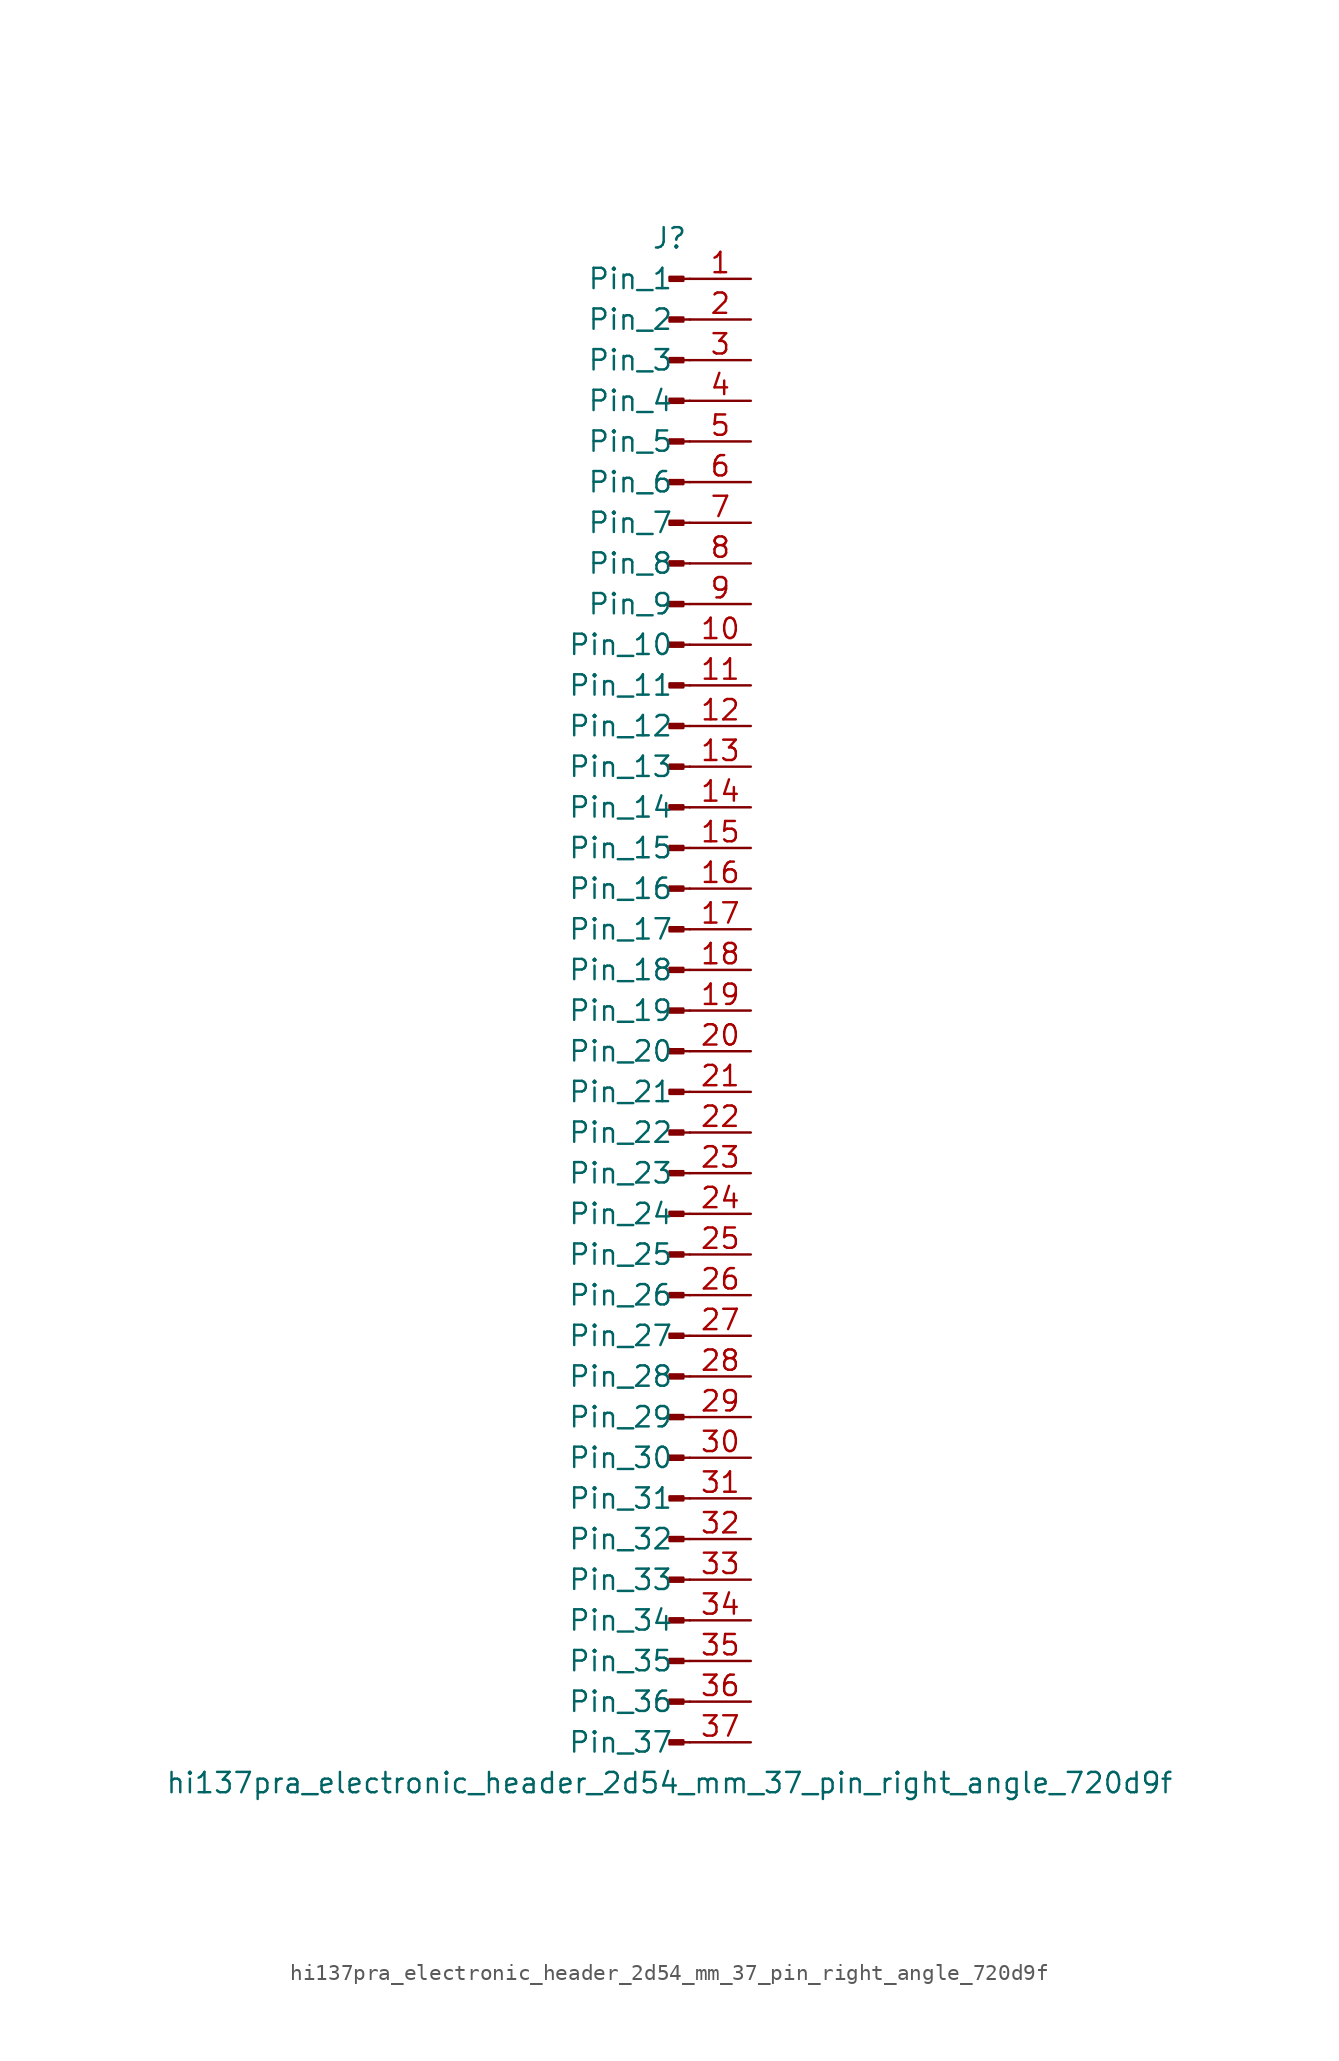
<source format=kicad_sym>
(kicad_symbol_lib
  (version 20220914)
  (generator kicad_symbol_editor)
  (symbol "hi137pra_electronic_header_2d54_mm_37_pin_right_angle_720d9f"
    (pin_names
      (offset 1.016))
    (property "Reference" "J"
      (at 0 48.26 0)
      (effects (font (size 1.27 1.27))))
    (property "Value" "hi137pra_electronic_header_2d54_mm_37_pin_right_angle_720d9f"
      (at 0 -48.26 0)
      (effects (font (size 1.27 1.27))))
    (property "ki_locked" ""
      (at 0 0 0)
      (effects (font (size 1.27 1.27))))
    (symbol "hi137pra_electronic_header_2d54_mm_37_pin_right_angle_720d9f_1_1"
      (polyline (pts (xy 1.27 -45.72) (xy 0.864 -45.72)) (stroke (width 0.152) (type default)) (fill (type none)))
      (polyline (pts (xy 1.27 -43.18) (xy 0.864 -43.18)) (stroke (width 0.152) (type default)) (fill (type none)))
      (polyline (pts (xy 1.27 -40.64) (xy 0.864 -40.64)) (stroke (width 0.152) (type default)) (fill (type none)))
      (polyline (pts (xy 1.27 -38.1) (xy 0.864 -38.1)) (stroke (width 0.152) (type default)) (fill (type none)))
      (polyline (pts (xy 1.27 -35.56) (xy 0.864 -35.56)) (stroke (width 0.152) (type default)) (fill (type none)))
      (polyline (pts (xy 1.27 -33.02) (xy 0.864 -33.02)) (stroke (width 0.152) (type default)) (fill (type none)))
      (polyline (pts (xy 1.27 -30.48) (xy 0.864 -30.48)) (stroke (width 0.152) (type default)) (fill (type none)))
      (polyline (pts (xy 1.27 -27.94) (xy 0.864 -27.94)) (stroke (width 0.152) (type default)) (fill (type none)))
      (polyline (pts (xy 1.27 -25.4) (xy 0.864 -25.4)) (stroke (width 0.152) (type default)) (fill (type none)))
      (polyline (pts (xy 1.27 -22.86) (xy 0.864 -22.86)) (stroke (width 0.152) (type default)) (fill (type none)))
      (polyline (pts (xy 1.27 -20.32) (xy 0.864 -20.32)) (stroke (width 0.152) (type default)) (fill (type none)))
      (polyline (pts (xy 1.27 -17.78) (xy 0.864 -17.78)) (stroke (width 0.152) (type default)) (fill (type none)))
      (polyline (pts (xy 1.27 -15.24) (xy 0.864 -15.24)) (stroke (width 0.152) (type default)) (fill (type none)))
      (polyline (pts (xy 1.27 -12.7) (xy 0.864 -12.7)) (stroke (width 0.152) (type default)) (fill (type none)))
      (polyline (pts (xy 1.27 -10.16) (xy 0.864 -10.16)) (stroke (width 0.152) (type default)) (fill (type none)))
      (polyline (pts (xy 1.27 -7.62) (xy 0.864 -7.62)) (stroke (width 0.152) (type default)) (fill (type none)))
      (polyline (pts (xy 1.27 -5.08) (xy 0.864 -5.08)) (stroke (width 0.152) (type default)) (fill (type none)))
      (polyline (pts (xy 1.27 -2.54) (xy 0.864 -2.54)) (stroke (width 0.152) (type default)) (fill (type none)))
      (polyline (pts (xy 1.27 0) (xy 0.864 0)) (stroke (width 0.152) (type default)) (fill (type none)))
      (polyline (pts (xy 1.27 2.54) (xy 0.864 2.54)) (stroke (width 0.152) (type default)) (fill (type none)))
      (polyline (pts (xy 1.27 5.08) (xy 0.864 5.08)) (stroke (width 0.152) (type default)) (fill (type none)))
      (polyline (pts (xy 1.27 7.62) (xy 0.864 7.62)) (stroke (width 0.152) (type default)) (fill (type none)))
      (polyline (pts (xy 1.27 10.16) (xy 0.864 10.16)) (stroke (width 0.152) (type default)) (fill (type none)))
      (polyline (pts (xy 1.27 12.7) (xy 0.864 12.7)) (stroke (width 0.152) (type default)) (fill (type none)))
      (polyline (pts (xy 1.27 15.24) (xy 0.864 15.24)) (stroke (width 0.152) (type default)) (fill (type none)))
      (polyline (pts (xy 1.27 17.78) (xy 0.864 17.78)) (stroke (width 0.152) (type default)) (fill (type none)))
      (polyline (pts (xy 1.27 20.32) (xy 0.864 20.32)) (stroke (width 0.152) (type default)) (fill (type none)))
      (polyline (pts (xy 1.27 22.86) (xy 0.864 22.86)) (stroke (width 0.152) (type default)) (fill (type none)))
      (polyline (pts (xy 1.27 25.4) (xy 0.864 25.4)) (stroke (width 0.152) (type default)) (fill (type none)))
      (polyline (pts (xy 1.27 27.94) (xy 0.864 27.94)) (stroke (width 0.152) (type default)) (fill (type none)))
      (polyline (pts (xy 1.27 30.48) (xy 0.864 30.48)) (stroke (width 0.152) (type default)) (fill (type none)))
      (polyline (pts (xy 1.27 33.02) (xy 0.864 33.02)) (stroke (width 0.152) (type default)) (fill (type none)))
      (polyline (pts (xy 1.27 35.56) (xy 0.864 35.56)) (stroke (width 0.152) (type default)) (fill (type none)))
      (polyline (pts (xy 1.27 38.1) (xy 0.864 38.1)) (stroke (width 0.152) (type default)) (fill (type none)))
      (polyline (pts (xy 1.27 40.64) (xy 0.864 40.64)) (stroke (width 0.152) (type default)) (fill (type none)))
      (polyline (pts (xy 1.27 43.18) (xy 0.864 43.18)) (stroke (width 0.152) (type default)) (fill (type none)))
      (polyline (pts (xy 1.27 45.72) (xy 0.864 45.72)) (stroke (width 0.152) (type default)) (fill (type none)))
      (rectangle (start 0.864 -45.593) (end 0 -45.847) (stroke (width 0.152) (type default)) (fill (type outline)))
      (rectangle (start 0.864 -43.053) (end 0 -43.307) (stroke (width 0.152) (type default)) (fill (type outline)))
      (rectangle (start 0.864 -40.513) (end 0 -40.767) (stroke (width 0.152) (type default)) (fill (type outline)))
      (rectangle (start 0.864 -37.973) (end 0 -38.227) (stroke (width 0.152) (type default)) (fill (type outline)))
      (rectangle (start 0.864 -35.433) (end 0 -35.687) (stroke (width 0.152) (type default)) (fill (type outline)))
      (rectangle (start 0.864 -32.893) (end 0 -33.147) (stroke (width 0.152) (type default)) (fill (type outline)))
      (rectangle (start 0.864 -30.353) (end 0 -30.607) (stroke (width 0.152) (type default)) (fill (type outline)))
      (rectangle (start 0.864 -27.813) (end 0 -28.067) (stroke (width 0.152) (type default)) (fill (type outline)))
      (rectangle (start 0.864 -25.273) (end 0 -25.527) (stroke (width 0.152) (type default)) (fill (type outline)))
      (rectangle (start 0.864 -22.733) (end 0 -22.987) (stroke (width 0.152) (type default)) (fill (type outline)))
      (rectangle (start 0.864 -20.193) (end 0 -20.447) (stroke (width 0.152) (type default)) (fill (type outline)))
      (rectangle (start 0.864 -17.653) (end 0 -17.907) (stroke (width 0.152) (type default)) (fill (type outline)))
      (rectangle (start 0.864 -15.113) (end 0 -15.367) (stroke (width 0.152) (type default)) (fill (type outline)))
      (rectangle (start 0.864 -12.573) (end 0 -12.827) (stroke (width 0.152) (type default)) (fill (type outline)))
      (rectangle (start 0.864 -10.033) (end 0 -10.287) (stroke (width 0.152) (type default)) (fill (type outline)))
      (rectangle (start 0.864 -7.493) (end 0 -7.747) (stroke (width 0.152) (type default)) (fill (type outline)))
      (rectangle (start 0.864 -4.953) (end 0 -5.207) (stroke (width 0.152) (type default)) (fill (type outline)))
      (rectangle (start 0.864 -2.413) (end 0 -2.667) (stroke (width 0.152) (type default)) (fill (type outline)))
      (rectangle (start 0.864 0.127) (end 0 -0.127) (stroke (width 0.152) (type default)) (fill (type outline)))
      (rectangle (start 0.864 2.667) (end 0 2.413) (stroke (width 0.152) (type default)) (fill (type outline)))
      (rectangle (start 0.864 5.207) (end 0 4.953) (stroke (width 0.152) (type default)) (fill (type outline)))
      (rectangle (start 0.864 7.747) (end 0 7.493) (stroke (width 0.152) (type default)) (fill (type outline)))
      (rectangle (start 0.864 10.287) (end 0 10.033) (stroke (width 0.152) (type default)) (fill (type outline)))
      (rectangle (start 0.864 12.827) (end 0 12.573) (stroke (width 0.152) (type default)) (fill (type outline)))
      (rectangle (start 0.864 15.367) (end 0 15.113) (stroke (width 0.152) (type default)) (fill (type outline)))
      (rectangle (start 0.864 17.907) (end 0 17.653) (stroke (width 0.152) (type default)) (fill (type outline)))
      (rectangle (start 0.864 20.447) (end 0 20.193) (stroke (width 0.152) (type default)) (fill (type outline)))
      (rectangle (start 0.864 22.987) (end 0 22.733) (stroke (width 0.152) (type default)) (fill (type outline)))
      (rectangle (start 0.864 25.527) (end 0 25.273) (stroke (width 0.152) (type default)) (fill (type outline)))
      (rectangle (start 0.864 28.067) (end 0 27.813) (stroke (width 0.152) (type default)) (fill (type outline)))
      (rectangle (start 0.864 30.607) (end 0 30.353) (stroke (width 0.152) (type default)) (fill (type outline)))
      (rectangle (start 0.864 33.147) (end 0 32.893) (stroke (width 0.152) (type default)) (fill (type outline)))
      (rectangle (start 0.864 35.687) (end 0 35.433) (stroke (width 0.152) (type default)) (fill (type outline)))
      (rectangle (start 0.864 38.227) (end 0 37.973) (stroke (width 0.152) (type default)) (fill (type outline)))
      (rectangle (start 0.864 40.767) (end 0 40.513) (stroke (width 0.152) (type default)) (fill (type outline)))
      (rectangle (start 0.864 43.307) (end 0 43.053) (stroke (width 0.152) (type default)) (fill (type outline)))
      (rectangle (start 0.864 45.847) (end 0 45.593) (stroke (width 0.152) (type default)) (fill (type outline)))
      (pin passive line (at 5.08 45.72 180) (length 3.81) (name "Pin_1" (effects (font (size 1.27 1.27)))) (number "1" (effects (font (size 1.27 1.27)))))
      (pin passive line (at 5.08 22.86 180) (length 3.81) (name "Pin_10" (effects (font (size 1.27 1.27)))) (number "10" (effects (font (size 1.27 1.27)))))
      (pin passive line (at 5.08 20.32 180) (length 3.81) (name "Pin_11" (effects (font (size 1.27 1.27)))) (number "11" (effects (font (size 1.27 1.27)))))
      (pin passive line (at 5.08 17.78 180) (length 3.81) (name "Pin_12" (effects (font (size 1.27 1.27)))) (number "12" (effects (font (size 1.27 1.27)))))
      (pin passive line (at 5.08 15.24 180) (length 3.81) (name "Pin_13" (effects (font (size 1.27 1.27)))) (number "13" (effects (font (size 1.27 1.27)))))
      (pin passive line (at 5.08 12.7 180) (length 3.81) (name "Pin_14" (effects (font (size 1.27 1.27)))) (number "14" (effects (font (size 1.27 1.27)))))
      (pin passive line (at 5.08 10.16 180) (length 3.81) (name "Pin_15" (effects (font (size 1.27 1.27)))) (number "15" (effects (font (size 1.27 1.27)))))
      (pin passive line (at 5.08 7.62 180) (length 3.81) (name "Pin_16" (effects (font (size 1.27 1.27)))) (number "16" (effects (font (size 1.27 1.27)))))
      (pin passive line (at 5.08 5.08 180) (length 3.81) (name "Pin_17" (effects (font (size 1.27 1.27)))) (number "17" (effects (font (size 1.27 1.27)))))
      (pin passive line (at 5.08 2.54 180) (length 3.81) (name "Pin_18" (effects (font (size 1.27 1.27)))) (number "18" (effects (font (size 1.27 1.27)))))
      (pin passive line (at 5.08 0 180) (length 3.81) (name "Pin_19" (effects (font (size 1.27 1.27)))) (number "19" (effects (font (size 1.27 1.27)))))
      (pin passive line (at 5.08 43.18 180) (length 3.81) (name "Pin_2" (effects (font (size 1.27 1.27)))) (number "2" (effects (font (size 1.27 1.27)))))
      (pin passive line (at 5.08 -2.54 180) (length 3.81) (name "Pin_20" (effects (font (size 1.27 1.27)))) (number "20" (effects (font (size 1.27 1.27)))))
      (pin passive line (at 5.08 -5.08 180) (length 3.81) (name "Pin_21" (effects (font (size 1.27 1.27)))) (number "21" (effects (font (size 1.27 1.27)))))
      (pin passive line (at 5.08 -7.62 180) (length 3.81) (name "Pin_22" (effects (font (size 1.27 1.27)))) (number "22" (effects (font (size 1.27 1.27)))))
      (pin passive line (at 5.08 -10.16 180) (length 3.81) (name "Pin_23" (effects (font (size 1.27 1.27)))) (number "23" (effects (font (size 1.27 1.27)))))
      (pin passive line (at 5.08 -12.7 180) (length 3.81) (name "Pin_24" (effects (font (size 1.27 1.27)))) (number "24" (effects (font (size 1.27 1.27)))))
      (pin passive line (at 5.08 -15.24 180) (length 3.81) (name "Pin_25" (effects (font (size 1.27 1.27)))) (number "25" (effects (font (size 1.27 1.27)))))
      (pin passive line (at 5.08 -17.78 180) (length 3.81) (name "Pin_26" (effects (font (size 1.27 1.27)))) (number "26" (effects (font (size 1.27 1.27)))))
      (pin passive line (at 5.08 -20.32 180) (length 3.81) (name "Pin_27" (effects (font (size 1.27 1.27)))) (number "27" (effects (font (size 1.27 1.27)))))
      (pin passive line (at 5.08 -22.86 180) (length 3.81) (name "Pin_28" (effects (font (size 1.27 1.27)))) (number "28" (effects (font (size 1.27 1.27)))))
      (pin passive line (at 5.08 -25.4 180) (length 3.81) (name "Pin_29" (effects (font (size 1.27 1.27)))) (number "29" (effects (font (size 1.27 1.27)))))
      (pin passive line (at 5.08 40.64 180) (length 3.81) (name "Pin_3" (effects (font (size 1.27 1.27)))) (number "3" (effects (font (size 1.27 1.27)))))
      (pin passive line (at 5.08 -27.94 180) (length 3.81) (name "Pin_30" (effects (font (size 1.27 1.27)))) (number "30" (effects (font (size 1.27 1.27)))))
      (pin passive line (at 5.08 -30.48 180) (length 3.81) (name "Pin_31" (effects (font (size 1.27 1.27)))) (number "31" (effects (font (size 1.27 1.27)))))
      (pin passive line (at 5.08 -33.02 180) (length 3.81) (name "Pin_32" (effects (font (size 1.27 1.27)))) (number "32" (effects (font (size 1.27 1.27)))))
      (pin passive line (at 5.08 -35.56 180) (length 3.81) (name "Pin_33" (effects (font (size 1.27 1.27)))) (number "33" (effects (font (size 1.27 1.27)))))
      (pin passive line (at 5.08 -38.1 180) (length 3.81) (name "Pin_34" (effects (font (size 1.27 1.27)))) (number "34" (effects (font (size 1.27 1.27)))))
      (pin passive line (at 5.08 -40.64 180) (length 3.81) (name "Pin_35" (effects (font (size 1.27 1.27)))) (number "35" (effects (font (size 1.27 1.27)))))
      (pin passive line (at 5.08 -43.18 180) (length 3.81) (name "Pin_36" (effects (font (size 1.27 1.27)))) (number "36" (effects (font (size 1.27 1.27)))))
      (pin passive line (at 5.08 -45.72 180) (length 3.81) (name "Pin_37" (effects (font (size 1.27 1.27)))) (number "37" (effects (font (size 1.27 1.27)))))
      (pin passive line (at 5.08 38.1 180) (length 3.81) (name "Pin_4" (effects (font (size 1.27 1.27)))) (number "4" (effects (font (size 1.27 1.27)))))
      (pin passive line (at 5.08 35.56 180) (length 3.81) (name "Pin_5" (effects (font (size 1.27 1.27)))) (number "5" (effects (font (size 1.27 1.27)))))
      (pin passive line (at 5.08 33.02 180) (length 3.81) (name "Pin_6" (effects (font (size 1.27 1.27)))) (number "6" (effects (font (size 1.27 1.27)))))
      (pin passive line (at 5.08 30.48 180) (length 3.81) (name "Pin_7" (effects (font (size 1.27 1.27)))) (number "7" (effects (font (size 1.27 1.27)))))
      (pin passive line (at 5.08 27.94 180) (length 3.81) (name "Pin_8" (effects (font (size 1.27 1.27)))) (number "8" (effects (font (size 1.27 1.27)))))
      (pin passive line (at 5.08 25.4 180) (length 3.81) (name "Pin_9" (effects (font (size 1.27 1.27)))) (number "9" (effects (font (size 1.27 1.27))))))))
</source>
